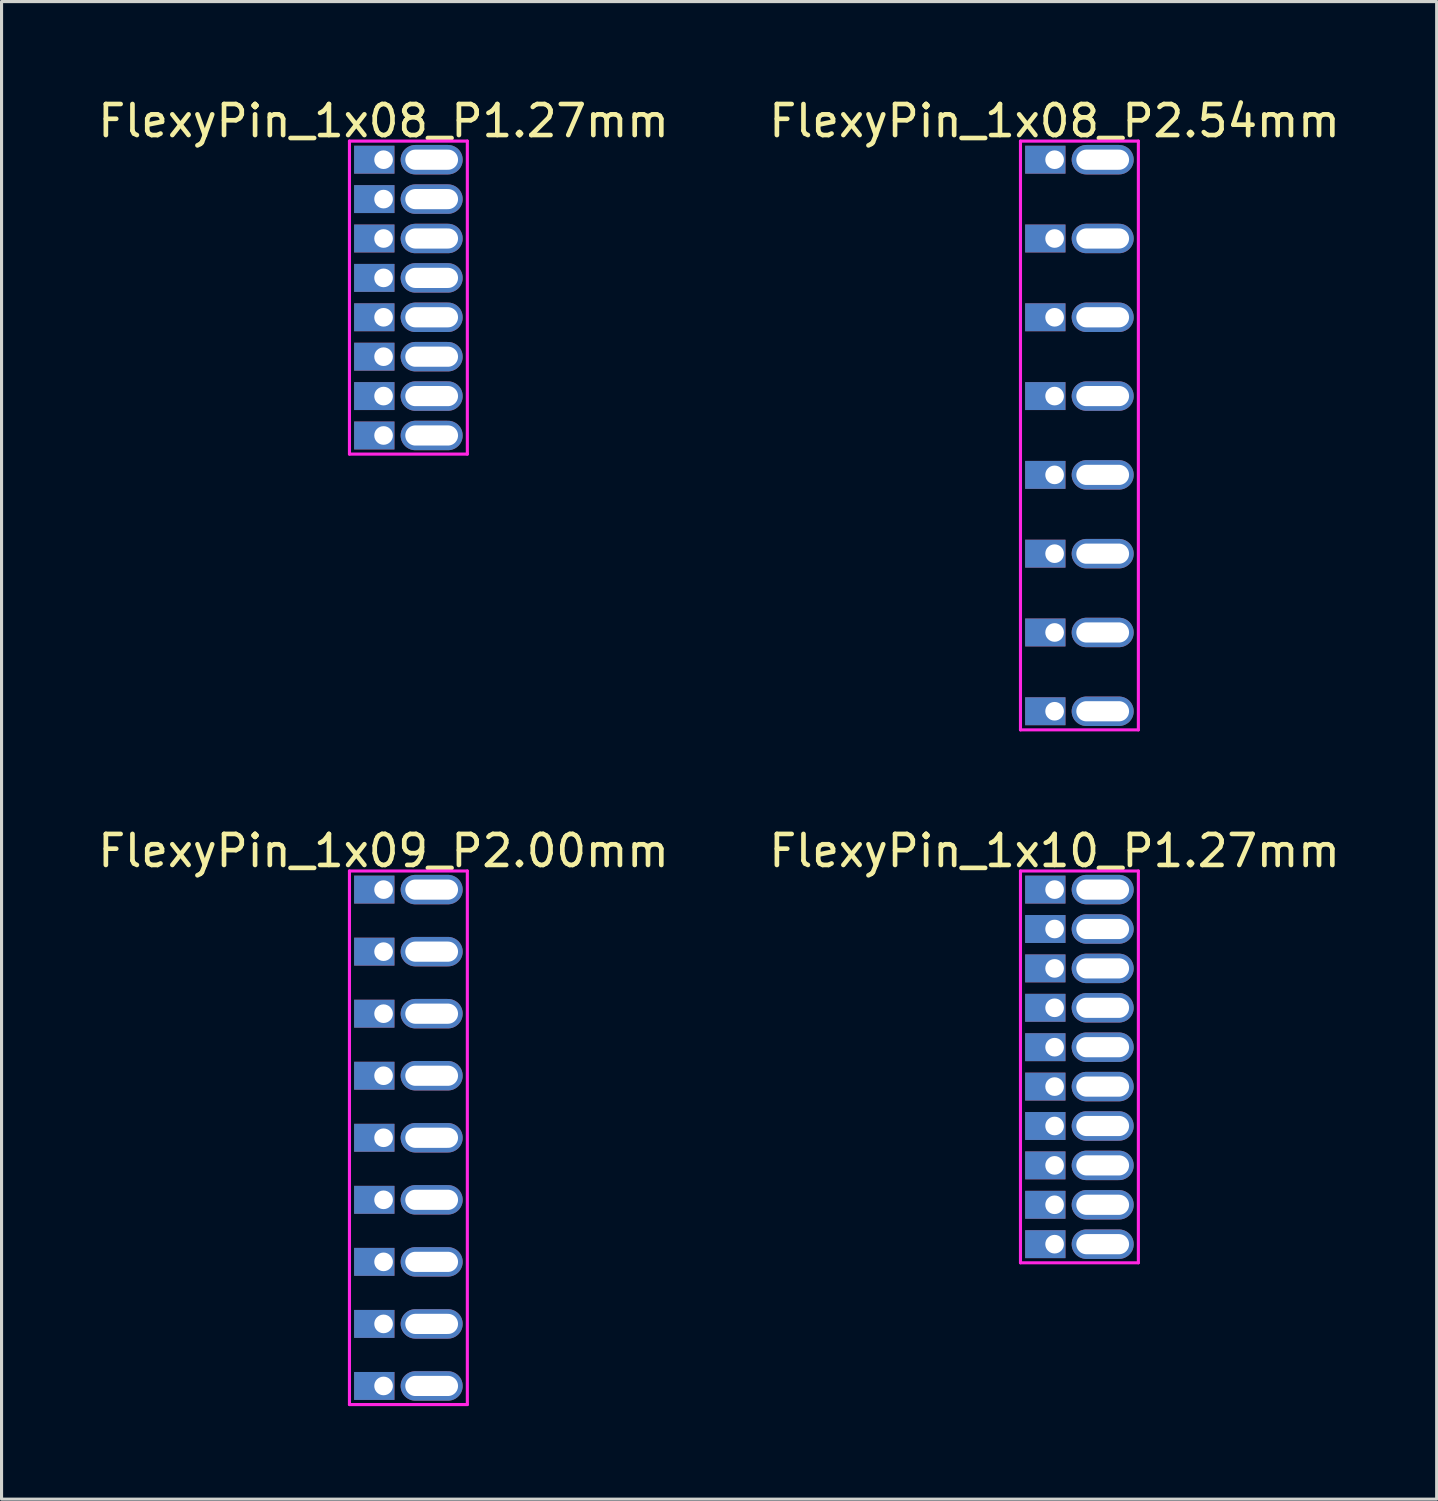
<source format=kicad_pcb>
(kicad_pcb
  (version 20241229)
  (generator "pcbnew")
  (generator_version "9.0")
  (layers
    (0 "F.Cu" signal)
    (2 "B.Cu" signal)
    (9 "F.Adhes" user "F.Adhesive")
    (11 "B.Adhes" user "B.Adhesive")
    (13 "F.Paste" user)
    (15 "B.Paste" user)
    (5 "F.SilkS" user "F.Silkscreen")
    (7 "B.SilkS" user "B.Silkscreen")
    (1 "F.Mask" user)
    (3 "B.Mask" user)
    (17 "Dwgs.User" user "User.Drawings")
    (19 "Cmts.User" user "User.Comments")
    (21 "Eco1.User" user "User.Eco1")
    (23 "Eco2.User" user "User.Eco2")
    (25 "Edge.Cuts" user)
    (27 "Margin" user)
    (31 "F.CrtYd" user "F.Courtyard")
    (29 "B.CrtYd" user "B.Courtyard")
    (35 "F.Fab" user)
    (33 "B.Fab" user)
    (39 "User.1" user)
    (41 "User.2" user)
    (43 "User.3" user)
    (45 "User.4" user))
  (footprint "FlexyPin_1x08_P1.27mm"
    (layer "F.Cu")
    (at 9.315 2.098)
    (property "Reference" "FlexyPin_1x08_P1.27mm" (at 0 -1.25 0) (layer "F.SilkS") (effects (font (size 1 1) (thickness 0.15))))
    (attr through_hole)
    (fp_line (start -1.1 -0.6) (end 2.7 -0.6) (stroke (width 0.1) (type solid)) (layer "F.CrtYd"))
    (fp_line (start -1.1 9.49) (end -1.1 -0.6) (stroke (width 0.1) (type solid)) (layer "F.CrtYd"))
    (fp_line (start 2.7 -0.6) (end 2.7 9.49) (stroke (width 0.1) (type solid)) (layer "F.CrtYd"))
    (fp_line (start 2.7 9.49) (end -1.1 9.49) (stroke (width 0.1) (type solid)) (layer "F.CrtYd"))
    (pad "" thru_hole oval (at 1.55 0) (size 2 0.95) (drill oval 1.7 0.65) (layers "*.Cu" "*.Mask"))
    (pad "" thru_hole oval (at 1.55 1.27) (size 2 0.95) (drill oval 1.7 0.65) (layers "*.Cu" "*.Mask"))
    (pad "" thru_hole oval (at 1.55 2.54) (size 2 0.95) (drill oval 1.7 0.65) (layers "*.Cu" "*.Mask"))
    (pad "" thru_hole oval (at 1.55 3.81) (size 2 0.95) (drill oval 1.7 0.65) (layers "*.Cu" "*.Mask"))
    (pad "" thru_hole oval (at 1.55 5.08) (size 2 0.95) (drill oval 1.7 0.65) (layers "*.Cu" "*.Mask"))
    (pad "" thru_hole oval (at 1.55 6.35) (size 2 0.95) (drill oval 1.7 0.65) (layers "*.Cu" "*.Mask"))
    (pad "" thru_hole oval (at 1.55 7.62) (size 2 0.95) (drill oval 1.7 0.65) (layers "*.Cu" "*.Mask"))
    (pad "" thru_hole oval (at 1.55 8.89) (size 2 0.95) (drill oval 1.7 0.65) (layers "*.Cu" "*.Mask"))
    (pad "1" thru_hole rect (at 0 0) (size 1.3 0.9) (drill 0.6 (offset -0.3 0)) (layers "*.Cu" "*.Mask"))
    (pad "2" thru_hole rect (at 0 1.27) (size 1.3 0.9) (drill 0.6 (offset -0.3 0)) (layers "*.Cu" "*.Mask"))
    (pad "3" thru_hole rect (at 0 2.54) (size 1.3 0.9) (drill 0.6 (offset -0.3 0)) (layers "*.Cu" "*.Mask"))
    (pad "4" thru_hole rect (at 0 3.81) (size 1.3 0.9) (drill 0.6 (offset -0.3 0)) (layers "*.Cu" "*.Mask"))
    (pad "5" thru_hole rect (at 0 5.08) (size 1.3 0.9) (drill 0.6 (offset -0.3 0)) (layers "*.Cu" "*.Mask"))
    (pad "6" thru_hole rect (at 0 6.35) (size 1.3 0.9) (drill 0.6 (offset -0.3 0)) (layers "*.Cu" "*.Mask"))
    (pad "7" thru_hole rect (at 0 7.62) (size 1.3 0.9) (drill 0.6 (offset -0.3 0)) (layers "*.Cu" "*.Mask"))
    (pad "8" thru_hole rect (at 0 8.89) (size 1.3 0.9) (drill 0.6 (offset -0.3 0)) (layers "*.Cu" "*.Mask")))
  (footprint "FlexyPin_1x09_P2.00mm"
    (layer "F.Cu")
    (at 9.315 25.627)
    (property "Reference" "FlexyPin_1x09_P2.00mm" (at 0 -1.25 0) (layer "F.SilkS") (effects (font (size 1 1) (thickness 0.15))))
    (attr through_hole)
    (fp_line (start -1.1 -0.6) (end 2.7 -0.6) (stroke (width 0.1) (type solid)) (layer "F.CrtYd"))
    (fp_line (start -1.1 16.6) (end -1.1 -0.6) (stroke (width 0.1) (type solid)) (layer "F.CrtYd"))
    (fp_line (start 2.7 -0.6) (end 2.7 16.6) (stroke (width 0.1) (type solid)) (layer "F.CrtYd"))
    (fp_line (start 2.7 16.6) (end -1.1 16.6) (stroke (width 0.1) (type solid)) (layer "F.CrtYd"))
    (pad "" thru_hole oval (at 1.55 0) (size 2 0.95) (drill oval 1.7 0.65) (layers "*.Cu" "*.Mask"))
    (pad "" thru_hole oval (at 1.55 2) (size 2 0.95) (drill oval 1.7 0.65) (layers "*.Cu" "*.Mask"))
    (pad "" thru_hole oval (at 1.55 4) (size 2 0.95) (drill oval 1.7 0.65) (layers "*.Cu" "*.Mask"))
    (pad "" thru_hole oval (at 1.55 6) (size 2 0.95) (drill oval 1.7 0.65) (layers "*.Cu" "*.Mask"))
    (pad "" thru_hole oval (at 1.55 8) (size 2 0.95) (drill oval 1.7 0.65) (layers "*.Cu" "*.Mask"))
    (pad "" thru_hole oval (at 1.55 10) (size 2 0.95) (drill oval 1.7 0.65) (layers "*.Cu" "*.Mask"))
    (pad "" thru_hole oval (at 1.55 12) (size 2 0.95) (drill oval 1.7 0.65) (layers "*.Cu" "*.Mask"))
    (pad "" thru_hole oval (at 1.55 14) (size 2 0.95) (drill oval 1.7 0.65) (layers "*.Cu" "*.Mask"))
    (pad "" thru_hole oval (at 1.55 16) (size 2 0.95) (drill oval 1.7 0.65) (layers "*.Cu" "*.Mask"))
    (pad "1" thru_hole rect (at 0 0) (size 1.3 0.9) (drill 0.6 (offset -0.3 0)) (layers "*.Cu" "*.Mask"))
    (pad "2" thru_hole rect (at 0 2) (size 1.3 0.9) (drill 0.6 (offset -0.3 0)) (layers "*.Cu" "*.Mask"))
    (pad "3" thru_hole rect (at 0 4) (size 1.3 0.9) (drill 0.6 (offset -0.3 0)) (layers "*.Cu" "*.Mask"))
    (pad "4" thru_hole rect (at 0 6) (size 1.3 0.9) (drill 0.6 (offset -0.3 0)) (layers "*.Cu" "*.Mask"))
    (pad "5" thru_hole rect (at 0 8) (size 1.3 0.9) (drill 0.6 (offset -0.3 0)) (layers "*.Cu" "*.Mask"))
    (pad "6" thru_hole rect (at 0 10) (size 1.3 0.9) (drill 0.6 (offset -0.3 0)) (layers "*.Cu" "*.Mask"))
    (pad "7" thru_hole rect (at 0 12) (size 1.3 0.9) (drill 0.6 (offset -0.3 0)) (layers "*.Cu" "*.Mask"))
    (pad "8" thru_hole rect (at 0 14) (size 1.3 0.9) (drill 0.6 (offset -0.3 0)) (layers "*.Cu" "*.Mask"))
    (pad "9" thru_hole rect (at 0 16) (size 1.3 0.9) (drill 0.6 (offset -0.3 0)) (layers "*.Cu" "*.Mask")))
  (footprint "FlexyPin_1x10_P1.27mm"
    (layer "F.Cu")
    (at 30.946 25.627)
    (property "Reference" "FlexyPin_1x10_P1.27mm" (at 0 -1.25 0) (layer "F.SilkS") (effects (font (size 1 1) (thickness 0.15))))
    (attr through_hole)
    (fp_line (start -1.1 -0.6) (end 2.7 -0.6) (stroke (width 0.1) (type solid)) (layer "F.CrtYd"))
    (fp_line (start -1.1 12.03) (end -1.1 -0.6) (stroke (width 0.1) (type solid)) (layer "F.CrtYd"))
    (fp_line (start 2.7 -0.6) (end 2.7 12.03) (stroke (width 0.1) (type solid)) (layer "F.CrtYd"))
    (fp_line (start 2.7 12.03) (end -1.1 12.03) (stroke (width 0.1) (type solid)) (layer "F.CrtYd"))
    (pad "" thru_hole oval (at 1.55 0) (size 2 0.95) (drill oval 1.7 0.65) (layers "*.Cu" "*.Mask"))
    (pad "" thru_hole oval (at 1.55 1.27) (size 2 0.95) (drill oval 1.7 0.65) (layers "*.Cu" "*.Mask"))
    (pad "" thru_hole oval (at 1.55 2.54) (size 2 0.95) (drill oval 1.7 0.65) (layers "*.Cu" "*.Mask"))
    (pad "" thru_hole oval (at 1.55 3.81) (size 2 0.95) (drill oval 1.7 0.65) (layers "*.Cu" "*.Mask"))
    (pad "" thru_hole oval (at 1.55 5.08) (size 2 0.95) (drill oval 1.7 0.65) (layers "*.Cu" "*.Mask"))
    (pad "" thru_hole oval (at 1.55 6.35) (size 2 0.95) (drill oval 1.7 0.65) (layers "*.Cu" "*.Mask"))
    (pad "" thru_hole oval (at 1.55 7.62) (size 2 0.95) (drill oval 1.7 0.65) (layers "*.Cu" "*.Mask"))
    (pad "" thru_hole oval (at 1.55 8.89) (size 2 0.95) (drill oval 1.7 0.65) (layers "*.Cu" "*.Mask"))
    (pad "" thru_hole oval (at 1.55 10.16) (size 2 0.95) (drill oval 1.7 0.65) (layers "*.Cu" "*.Mask"))
    (pad "" thru_hole oval (at 1.55 11.43) (size 2 0.95) (drill oval 1.7 0.65) (layers "*.Cu" "*.Mask"))
    (pad "1" thru_hole rect (at 0 0) (size 1.3 0.9) (drill 0.6 (offset -0.3 0)) (layers "*.Cu" "*.Mask"))
    (pad "2" thru_hole rect (at 0 1.27) (size 1.3 0.9) (drill 0.6 (offset -0.3 0)) (layers "*.Cu" "*.Mask"))
    (pad "3" thru_hole rect (at 0 2.54) (size 1.3 0.9) (drill 0.6 (offset -0.3 0)) (layers "*.Cu" "*.Mask"))
    (pad "4" thru_hole rect (at 0 3.81) (size 1.3 0.9) (drill 0.6 (offset -0.3 0)) (layers "*.Cu" "*.Mask"))
    (pad "5" thru_hole rect (at 0 5.08) (size 1.3 0.9) (drill 0.6 (offset -0.3 0)) (layers "*.Cu" "*.Mask"))
    (pad "6" thru_hole rect (at 0 6.35) (size 1.3 0.9) (drill 0.6 (offset -0.3 0)) (layers "*.Cu" "*.Mask"))
    (pad "7" thru_hole rect (at 0 7.62) (size 1.3 0.9) (drill 0.6 (offset -0.3 0)) (layers "*.Cu" "*.Mask"))
    (pad "8" thru_hole rect (at 0 8.89) (size 1.3 0.9) (drill 0.6 (offset -0.3 0)) (layers "*.Cu" "*.Mask"))
    (pad "9" thru_hole rect (at 0 10.16) (size 1.3 0.9) (drill 0.6 (offset -0.3 0)) (layers "*.Cu" "*.Mask"))
    (pad "10" thru_hole rect (at 0 11.43) (size 1.3 0.9) (drill 0.6 (offset -0.3 0)) (layers "*.Cu" "*.Mask")))
  (footprint "FlexyPin_1x08_P2.54mm"
    (layer "F.Cu")
    (at 30.946 2.098)
    (property "Reference" "FlexyPin_1x08_P2.54mm" (at 0 -1.25 0) (layer "F.SilkS") (effects (font (size 1 1) (thickness 0.15))))
    (attr through_hole)
    (fp_line (start -1.1 -0.6) (end 2.7 -0.6) (stroke (width 0.1) (type solid)) (layer "F.CrtYd"))
    (fp_line (start -1.1 18.38) (end -1.1 -0.6) (stroke (width 0.1) (type solid)) (layer "F.CrtYd"))
    (fp_line (start 2.7 -0.6) (end 2.7 18.38) (stroke (width 0.1) (type solid)) (layer "F.CrtYd"))
    (fp_line (start 2.7 18.38) (end -1.1 18.38) (stroke (width 0.1) (type solid)) (layer "F.CrtYd"))
    (pad "" thru_hole oval (at 1.55 0) (size 2 0.95) (drill oval 1.7 0.65) (layers "*.Cu" "*.Mask"))
    (pad "" thru_hole oval (at 1.55 2.54) (size 2 0.95) (drill oval 1.7 0.65) (layers "*.Cu" "*.Mask"))
    (pad "" thru_hole oval (at 1.55 5.08) (size 2 0.95) (drill oval 1.7 0.65) (layers "*.Cu" "*.Mask"))
    (pad "" thru_hole oval (at 1.55 7.62) (size 2 0.95) (drill oval 1.7 0.65) (layers "*.Cu" "*.Mask"))
    (pad "" thru_hole oval (at 1.55 10.16) (size 2 0.95) (drill oval 1.7 0.65) (layers "*.Cu" "*.Mask"))
    (pad "" thru_hole oval (at 1.55 12.7) (size 2 0.95) (drill oval 1.7 0.65) (layers "*.Cu" "*.Mask"))
    (pad "" thru_hole oval (at 1.55 15.24) (size 2 0.95) (drill oval 1.7 0.65) (layers "*.Cu" "*.Mask"))
    (pad "" thru_hole oval (at 1.55 17.78) (size 2 0.95) (drill oval 1.7 0.65) (layers "*.Cu" "*.Mask"))
    (pad "1" thru_hole rect (at 0 0) (size 1.3 0.9) (drill 0.6 (offset -0.3 0)) (layers "*.Cu" "*.Mask"))
    (pad "2" thru_hole rect (at 0 2.54) (size 1.3 0.9) (drill 0.6 (offset -0.3 0)) (layers "*.Cu" "*.Mask"))
    (pad "3" thru_hole rect (at 0 5.08) (size 1.3 0.9) (drill 0.6 (offset -0.3 0)) (layers "*.Cu" "*.Mask"))
    (pad "4" thru_hole rect (at 0 7.62) (size 1.3 0.9) (drill 0.6 (offset -0.3 0)) (layers "*.Cu" "*.Mask"))
    (pad "5" thru_hole rect (at 0 10.16) (size 1.3 0.9) (drill 0.6 (offset -0.3 0)) (layers "*.Cu" "*.Mask"))
    (pad "6" thru_hole rect (at 0 12.7) (size 1.3 0.9) (drill 0.6 (offset -0.3 0)) (layers "*.Cu" "*.Mask"))
    (pad "7" thru_hole rect (at 0 15.24) (size 1.3 0.9) (drill 0.6 (offset -0.3 0)) (layers "*.Cu" "*.Mask"))
    (pad "8" thru_hole rect (at 0 17.78) (size 1.3 0.9) (drill 0.6 (offset -0.3 0)) (layers "*.Cu" "*.Mask")))
  (gr_rect
    (start -3 -3)
    (end 43.262 45.276)
    (stroke (width 0.1) (type default))
    (fill no)
    (layer "Edge.Cuts")))
</source>
